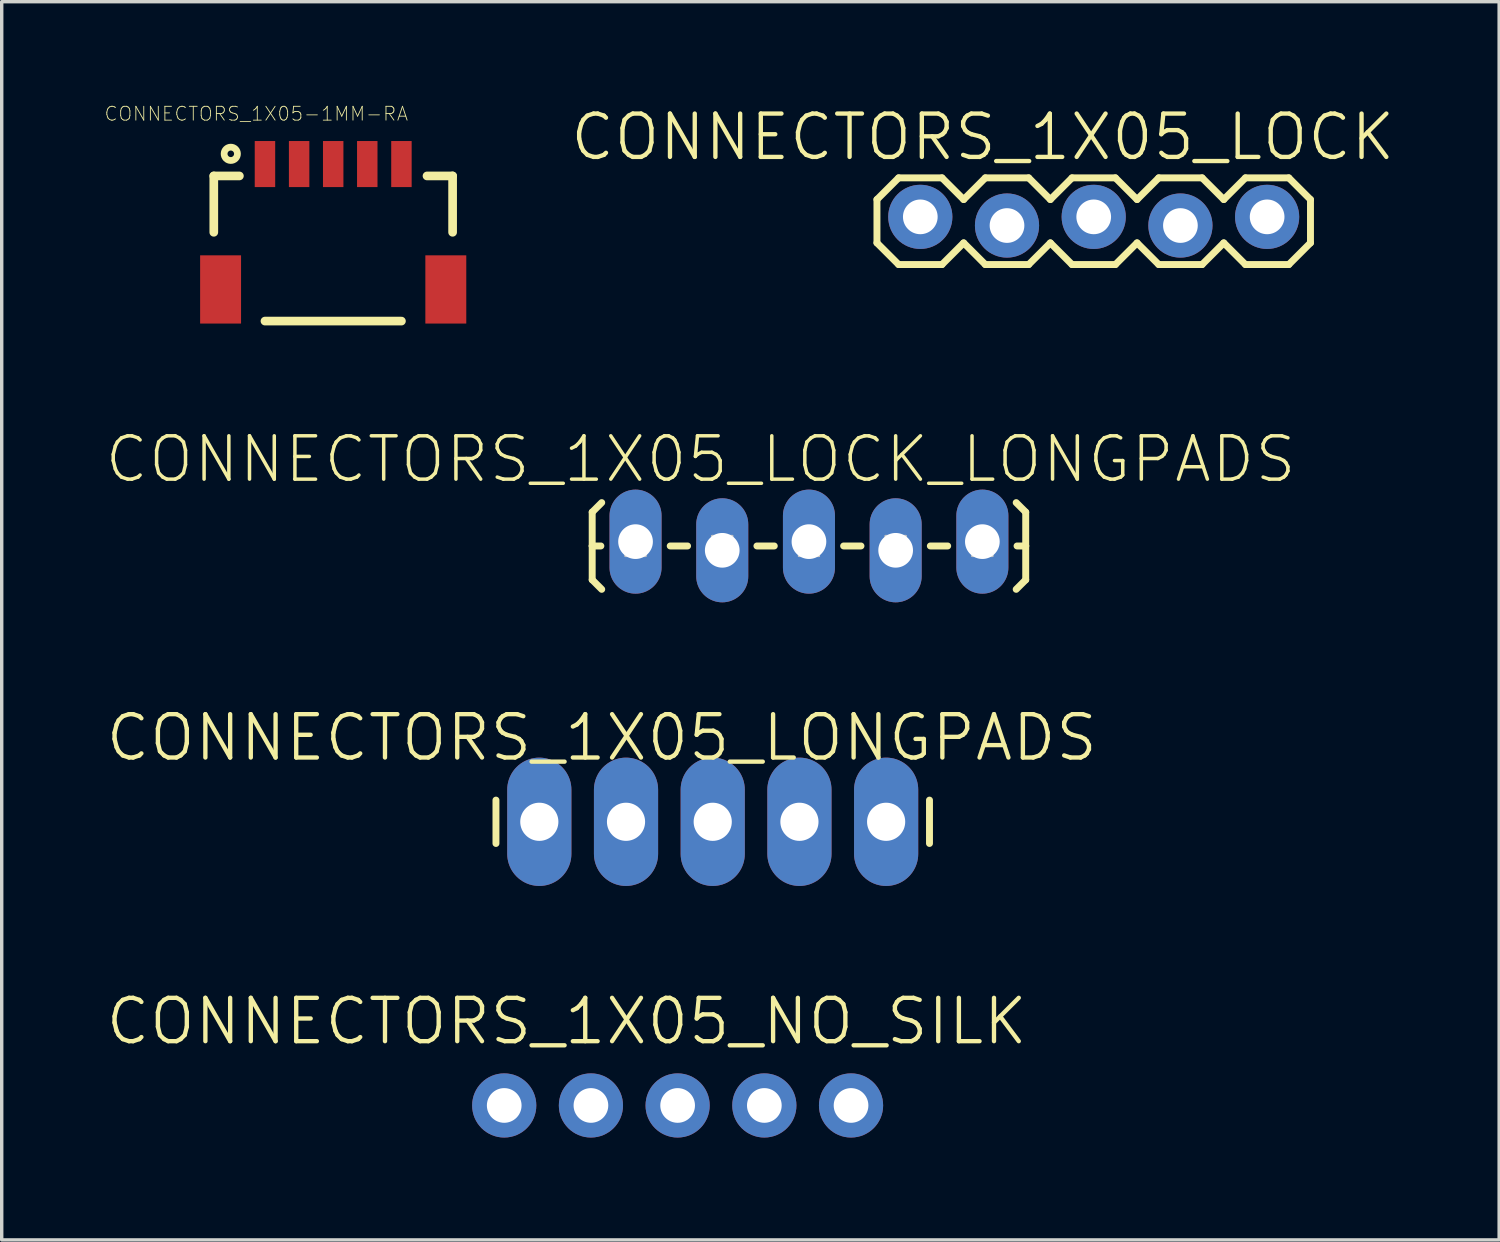
<source format=kicad_pcb>
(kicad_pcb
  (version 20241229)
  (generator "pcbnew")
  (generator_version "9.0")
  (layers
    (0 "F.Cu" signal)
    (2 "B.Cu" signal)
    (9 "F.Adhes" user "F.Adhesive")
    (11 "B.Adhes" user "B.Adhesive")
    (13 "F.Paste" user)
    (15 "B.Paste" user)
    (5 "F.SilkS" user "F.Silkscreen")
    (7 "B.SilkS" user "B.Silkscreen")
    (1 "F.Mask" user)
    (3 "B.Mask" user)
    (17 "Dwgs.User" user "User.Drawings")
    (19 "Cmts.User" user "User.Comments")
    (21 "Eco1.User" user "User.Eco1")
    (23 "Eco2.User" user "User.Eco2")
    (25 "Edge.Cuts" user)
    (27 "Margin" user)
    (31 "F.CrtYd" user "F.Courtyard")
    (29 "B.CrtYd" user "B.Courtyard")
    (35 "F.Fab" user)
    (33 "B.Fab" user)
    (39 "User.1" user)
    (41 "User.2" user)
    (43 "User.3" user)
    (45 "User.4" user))
  (footprint "CONNECTORS_1X05_NO_SILK"
    (layer "F.Cu")
    (at 11.721 29.334)
    (property "Reference" "CONNECTORS_1X05_NO_SILK" (at 1.829 -2.464 0) (layer "F.SilkS") (effects (font (size 1.27 1.27) (thickness 0.127))))
    (attr exclude_from_pos_files exclude_from_bom)
    (fp_line (start -0.254 -0.254) (end 0.254 -0.254) (stroke (width 0.066) (type solid)) (layer "Dwgs.User"))
    (fp_line (start -0.254 0.254) (end -0.254 -0.254) (stroke (width 0.066) (type solid)) (layer "Dwgs.User"))
    (fp_line (start -0.254 0.254) (end 0.254 0.254) (stroke (width 0.066) (type solid)) (layer "Dwgs.User"))
    (fp_line (start 0.254 0.254) (end 0.254 -0.254) (stroke (width 0.066) (type solid)) (layer "Dwgs.User"))
    (fp_line (start 2.286 -0.254) (end 2.794 -0.254) (stroke (width 0.066) (type solid)) (layer "Dwgs.User"))
    (fp_line (start 2.286 0.254) (end 2.286 -0.254) (stroke (width 0.066) (type solid)) (layer "Dwgs.User"))
    (fp_line (start 2.286 0.254) (end 2.794 0.254) (stroke (width 0.066) (type solid)) (layer "Dwgs.User"))
    (fp_line (start 2.794 0.254) (end 2.794 -0.254) (stroke (width 0.066) (type solid)) (layer "Dwgs.User"))
    (fp_line (start 4.826 -0.254) (end 5.334 -0.254) (stroke (width 0.066) (type solid)) (layer "Dwgs.User"))
    (fp_line (start 4.826 0.254) (end 4.826 -0.254) (stroke (width 0.066) (type solid)) (layer "Dwgs.User"))
    (fp_line (start 4.826 0.254) (end 5.334 0.254) (stroke (width 0.066) (type solid)) (layer "Dwgs.User"))
    (fp_line (start 5.334 0.254) (end 5.334 -0.254) (stroke (width 0.066) (type solid)) (layer "Dwgs.User"))
    (fp_line (start 7.366 -0.254) (end 7.874 -0.254) (stroke (width 0.066) (type solid)) (layer "Dwgs.User"))
    (fp_line (start 7.366 0.254) (end 7.366 -0.254) (stroke (width 0.066) (type solid)) (layer "Dwgs.User"))
    (fp_line (start 7.366 0.254) (end 7.874 0.254) (stroke (width 0.066) (type solid)) (layer "Dwgs.User"))
    (fp_line (start 7.874 0.254) (end 7.874 -0.254) (stroke (width 0.066) (type solid)) (layer "Dwgs.User"))
    (fp_line (start 9.906 -0.254) (end 10.414 -0.254) (stroke (width 0.066) (type solid)) (layer "Dwgs.User"))
    (fp_line (start 9.906 0.254) (end 9.906 -0.254) (stroke (width 0.066) (type solid)) (layer "Dwgs.User"))
    (fp_line (start 9.906 0.254) (end 10.414 0.254) (stroke (width 0.066) (type solid)) (layer "Dwgs.User"))
    (fp_line (start 10.414 0.254) (end 10.414 -0.254) (stroke (width 0.066) (type solid)) (layer "Dwgs.User"))
    (pad "1" thru_hole circle (at 0 0) (size 1.88 1.88) (drill 1.016) (layers "*.Cu" "*.Paste" "*.Mask"))
    (pad "2" thru_hole circle (at 2.54 0) (size 1.88 1.88) (drill 1.016) (layers "*.Cu" "*.Paste" "*.Mask"))
    (pad "3" thru_hole circle (at 5.08 0) (size 1.88 1.88) (drill 1.016) (layers "*.Cu" "*.Paste" "*.Mask"))
    (pad "4" thru_hole circle (at 7.62 0) (size 1.88 1.88) (drill 1.016) (layers "*.Cu" "*.Paste" "*.Mask"))
    (pad "5" thru_hole circle (at 10.16 0) (size 1.88 1.88) (drill 1.016) (layers "*.Cu" "*.Paste" "*.Mask")))
  (footprint "CONNECTORS_1X05_LOCK"
    (layer "F.Cu")
    (at 23.91 3.43)
    (property "Reference" "CONNECTORS_1X05_LOCK" (at 1.829 -2.464 0) (layer "F.SilkS") (effects (font (size 1.27 1.27) (thickness 0.127))))
    (attr exclude_from_pos_files exclude_from_bom)
    (fp_line (start -1.27 -0.635) (end -1.27 0.635) (stroke (width 0.203) (type solid)) (layer "F.SilkS"))
    (fp_line (start -1.27 0.635) (end -0.635 1.27) (stroke (width 0.203) (type solid)) (layer "F.SilkS"))
    (fp_line (start -0.635 -1.27) (end -1.27 -0.635) (stroke (width 0.203) (type solid)) (layer "F.SilkS"))
    (fp_line (start -0.635 -1.27) (end 0.635 -1.27) (stroke (width 0.203) (type solid)) (layer "F.SilkS"))
    (fp_line (start 0.635 -1.27) (end 1.27 -0.635) (stroke (width 0.203) (type solid)) (layer "F.SilkS"))
    (fp_line (start 0.635 1.27) (end -0.635 1.27) (stroke (width 0.203) (type solid)) (layer "F.SilkS"))
    (fp_line (start 1.27 -0.635) (end 1.905 -1.27) (stroke (width 0.203) (type solid)) (layer "F.SilkS"))
    (fp_line (start 1.27 0.635) (end 0.635 1.27) (stroke (width 0.203) (type solid)) (layer "F.SilkS"))
    (fp_line (start 1.905 -1.27) (end 3.175 -1.27) (stroke (width 0.203) (type solid)) (layer "F.SilkS"))
    (fp_line (start 1.905 1.27) (end 1.27 0.635) (stroke (width 0.203) (type solid)) (layer "F.SilkS"))
    (fp_line (start 3.175 -1.27) (end 3.81 -0.635) (stroke (width 0.203) (type solid)) (layer "F.SilkS"))
    (fp_line (start 3.175 1.27) (end 1.905 1.27) (stroke (width 0.203) (type solid)) (layer "F.SilkS"))
    (fp_line (start 3.81 -0.635) (end 4.445 -1.27) (stroke (width 0.203) (type solid)) (layer "F.SilkS"))
    (fp_line (start 3.81 0.635) (end 3.175 1.27) (stroke (width 0.203) (type solid)) (layer "F.SilkS"))
    (fp_line (start 4.445 -1.27) (end 5.715 -1.27) (stroke (width 0.203) (type solid)) (layer "F.SilkS"))
    (fp_line (start 4.445 1.27) (end 3.81 0.635) (stroke (width 0.203) (type solid)) (layer "F.SilkS"))
    (fp_line (start 5.715 -1.27) (end 6.35 -0.635) (stroke (width 0.203) (type solid)) (layer "F.SilkS"))
    (fp_line (start 5.715 1.27) (end 4.445 1.27) (stroke (width 0.203) (type solid)) (layer "F.SilkS"))
    (fp_line (start 6.35 0.635) (end 5.715 1.27) (stroke (width 0.203) (type solid)) (layer "F.SilkS"))
    (fp_line (start 6.35 0.635) (end 6.985 1.27) (stroke (width 0.203) (type solid)) (layer "F.SilkS"))
    (fp_line (start 6.985 -1.27) (end 6.35 -0.635) (stroke (width 0.203) (type solid)) (layer "F.SilkS"))
    (fp_line (start 6.985 -1.27) (end 8.255 -1.27) (stroke (width 0.203) (type solid)) (layer "F.SilkS"))
    (fp_line (start 8.255 -1.27) (end 8.89 -0.635) (stroke (width 0.203) (type solid)) (layer "F.SilkS"))
    (fp_line (start 8.255 1.27) (end 6.985 1.27) (stroke (width 0.203) (type solid)) (layer "F.SilkS"))
    (fp_line (start 8.89 -0.635) (end 9.525 -1.27) (stroke (width 0.203) (type solid)) (layer "F.SilkS"))
    (fp_line (start 8.89 0.635) (end 8.255 1.27) (stroke (width 0.203) (type solid)) (layer "F.SilkS"))
    (fp_line (start 9.525 -1.27) (end 10.795 -1.27) (stroke (width 0.203) (type solid)) (layer "F.SilkS"))
    (fp_line (start 9.525 1.27) (end 8.89 0.635) (stroke (width 0.203) (type solid)) (layer "F.SilkS"))
    (fp_line (start 10.795 -1.27) (end 11.43 -0.635) (stroke (width 0.203) (type solid)) (layer "F.SilkS"))
    (fp_line (start 10.795 1.27) (end 9.525 1.27) (stroke (width 0.203) (type solid)) (layer "F.SilkS"))
    (fp_line (start 11.43 -0.635) (end 11.43 0.635) (stroke (width 0.203) (type solid)) (layer "F.SilkS"))
    (fp_line (start 11.43 0.635) (end 10.795 1.27) (stroke (width 0.203) (type solid)) (layer "F.SilkS"))
    (fp_line (start -0.254 -0.254) (end 0.254 -0.254) (stroke (width 0.066) (type solid)) (layer "Dwgs.User"))
    (fp_line (start -0.254 0.254) (end -0.254 -0.254) (stroke (width 0.066) (type solid)) (layer "Dwgs.User"))
    (fp_line (start -0.254 0.254) (end 0.254 0.254) (stroke (width 0.066) (type solid)) (layer "Dwgs.User"))
    (fp_line (start 0.254 0.254) (end 0.254 -0.254) (stroke (width 0.066) (type solid)) (layer "Dwgs.User"))
    (fp_line (start 2.286 -0.254) (end 2.794 -0.254) (stroke (width 0.066) (type solid)) (layer "Dwgs.User"))
    (fp_line (start 2.286 0.254) (end 2.286 -0.254) (stroke (width 0.066) (type solid)) (layer "Dwgs.User"))
    (fp_line (start 2.286 0.254) (end 2.794 0.254) (stroke (width 0.066) (type solid)) (layer "Dwgs.User"))
    (fp_line (start 2.794 0.254) (end 2.794 -0.254) (stroke (width 0.066) (type solid)) (layer "Dwgs.User"))
    (fp_line (start 4.826 -0.254) (end 5.334 -0.254) (stroke (width 0.066) (type solid)) (layer "Dwgs.User"))
    (fp_line (start 4.826 0.254) (end 4.826 -0.254) (stroke (width 0.066) (type solid)) (layer "Dwgs.User"))
    (fp_line (start 4.826 0.254) (end 5.334 0.254) (stroke (width 0.066) (type solid)) (layer "Dwgs.User"))
    (fp_line (start 5.334 0.254) (end 5.334 -0.254) (stroke (width 0.066) (type solid)) (layer "Dwgs.User"))
    (fp_line (start 7.366 -0.254) (end 7.874 -0.254) (stroke (width 0.066) (type solid)) (layer "Dwgs.User"))
    (fp_line (start 7.366 0.254) (end 7.366 -0.254) (stroke (width 0.066) (type solid)) (layer "Dwgs.User"))
    (fp_line (start 7.366 0.254) (end 7.874 0.254) (stroke (width 0.066) (type solid)) (layer "Dwgs.User"))
    (fp_line (start 7.874 0.254) (end 7.874 -0.254) (stroke (width 0.066) (type solid)) (layer "Dwgs.User"))
    (fp_line (start 9.906 -0.254) (end 10.414 -0.254) (stroke (width 0.066) (type solid)) (layer "Dwgs.User"))
    (fp_line (start 9.906 0.254) (end 9.906 -0.254) (stroke (width 0.066) (type solid)) (layer "Dwgs.User"))
    (fp_line (start 9.906 0.254) (end 10.414 0.254) (stroke (width 0.066) (type solid)) (layer "Dwgs.User"))
    (fp_line (start 10.414 0.254) (end 10.414 -0.254) (stroke (width 0.066) (type solid)) (layer "Dwgs.User"))
    (pad "1" thru_hole circle (at 0 -0.127) (size 1.88 1.88) (drill 1.016) (layers "*.Cu" "*.Paste" "*.Mask"))
    (pad "2" thru_hole circle (at 2.54 0.127) (size 1.88 1.88) (drill 1.016) (layers "*.Cu" "*.Paste" "*.Mask"))
    (pad "3" thru_hole circle (at 5.08 -0.127) (size 1.88 1.88) (drill 1.016) (layers "*.Cu" "*.Paste" "*.Mask"))
    (pad "4" thru_hole circle (at 7.62 0.127) (size 1.88 1.88) (drill 1.016) (layers "*.Cu" "*.Paste" "*.Mask"))
    (pad "5" thru_hole circle (at 10.16 -0.127) (size 1.88 1.88) (drill 1.016) (layers "*.Cu" "*.Paste" "*.Mask")))
  (footprint "CONNECTORS_1X05_LOCK_LONGPADS"
    (layer "F.Cu")
    (at 15.568 12.817)
    (property "Reference" "CONNECTORS_1X05_LOCK_LONGPADS" (at 1.905 -2.413 0) (layer "F.SilkS") (effects (font (size 1.27 1.27) (thickness 0.102))))
    (attr exclude_from_pos_files exclude_from_bom)
    (fp_line (start -1.27 -0.864) (end -0.991 -1.143) (stroke (width 0.203) (type solid)) (layer "F.SilkS"))
    (fp_line (start -1.27 0.127) (end -1.27 -0.864) (stroke (width 0.203) (type solid)) (layer "F.SilkS"))
    (fp_line (start -1.27 0.127) (end -1.27 1.118) (stroke (width 0.203) (type solid)) (layer "F.SilkS"))
    (fp_line (start -1.27 0.127) (end -1.016 0.127) (stroke (width 0.203) (type solid)) (layer "F.SilkS"))
    (fp_line (start -1.27 1.118) (end -0.991 1.397) (stroke (width 0.203) (type solid)) (layer "F.SilkS"))
    (fp_line (start 1.524 0.127) (end 1.016 0.127) (stroke (width 0.203) (type solid)) (layer "F.SilkS"))
    (fp_line (start 4.064 0.127) (end 3.556 0.127) (stroke (width 0.203) (type solid)) (layer "F.SilkS"))
    (fp_line (start 6.604 0.127) (end 6.096 0.127) (stroke (width 0.203) (type solid)) (layer "F.SilkS"))
    (fp_line (start 9.144 0.127) (end 8.636 0.127) (stroke (width 0.203) (type solid)) (layer "F.SilkS"))
    (fp_line (start 11.43 -0.864) (end 11.151 -1.143) (stroke (width 0.203) (type solid)) (layer "F.SilkS"))
    (fp_line (start 11.43 0.127) (end 11.176 0.127) (stroke (width 0.203) (type solid)) (layer "F.SilkS"))
    (fp_line (start 11.43 0.127) (end 11.43 -0.864) (stroke (width 0.203) (type solid)) (layer "F.SilkS"))
    (fp_line (start 11.43 0.127) (end 11.43 1.118) (stroke (width 0.203) (type solid)) (layer "F.SilkS"))
    (fp_line (start 11.43 1.118) (end 11.151 1.397) (stroke (width 0.203) (type solid)) (layer "F.SilkS"))
    (fp_line (start -0.292 -0.165) (end 0.292 -0.165) (stroke (width 0.066) (type solid)) (layer "Dwgs.User"))
    (fp_line (start -0.292 0.419) (end -0.292 -0.165) (stroke (width 0.066) (type solid)) (layer "Dwgs.User"))
    (fp_line (start -0.292 0.419) (end 0.292 0.419) (stroke (width 0.066) (type solid)) (layer "Dwgs.User"))
    (fp_line (start 0.292 0.419) (end 0.292 -0.165) (stroke (width 0.066) (type solid)) (layer "Dwgs.User"))
    (fp_line (start 2.248 -0.165) (end 2.832 -0.165) (stroke (width 0.066) (type solid)) (layer "Dwgs.User"))
    (fp_line (start 2.248 0.419) (end 2.248 -0.165) (stroke (width 0.066) (type solid)) (layer "Dwgs.User"))
    (fp_line (start 2.248 0.419) (end 2.832 0.419) (stroke (width 0.066) (type solid)) (layer "Dwgs.User"))
    (fp_line (start 2.832 0.419) (end 2.832 -0.165) (stroke (width 0.066) (type solid)) (layer "Dwgs.User"))
    (fp_line (start 4.788 -0.165) (end 5.372 -0.165) (stroke (width 0.066) (type solid)) (layer "Dwgs.User"))
    (fp_line (start 4.788 0.419) (end 4.788 -0.165) (stroke (width 0.066) (type solid)) (layer "Dwgs.User"))
    (fp_line (start 4.788 0.419) (end 5.372 0.419) (stroke (width 0.066) (type solid)) (layer "Dwgs.User"))
    (fp_line (start 5.372 0.419) (end 5.372 -0.165) (stroke (width 0.066) (type solid)) (layer "Dwgs.User"))
    (fp_line (start 7.328 -0.165) (end 7.912 -0.165) (stroke (width 0.066) (type solid)) (layer "Dwgs.User"))
    (fp_line (start 7.328 0.419) (end 7.328 -0.165) (stroke (width 0.066) (type solid)) (layer "Dwgs.User"))
    (fp_line (start 7.328 0.419) (end 7.912 0.419) (stroke (width 0.066) (type solid)) (layer "Dwgs.User"))
    (fp_line (start 7.912 0.419) (end 7.912 -0.165) (stroke (width 0.066) (type solid)) (layer "Dwgs.User"))
    (fp_line (start 9.868 -0.165) (end 10.452 -0.165) (stroke (width 0.066) (type solid)) (layer "Dwgs.User"))
    (fp_line (start 9.868 0.419) (end 9.868 -0.165) (stroke (width 0.066) (type solid)) (layer "Dwgs.User"))
    (fp_line (start 9.868 0.419) (end 10.452 0.419) (stroke (width 0.066) (type solid)) (layer "Dwgs.User"))
    (fp_line (start 10.452 0.419) (end 10.452 -0.165) (stroke (width 0.066) (type solid)) (layer "Dwgs.User"))
    (pad "1" thru_hole oval (at 0 0 180) (size 1.524 3.048) (drill 1.016) (layers "*.Cu" "*.Paste" "*.Mask"))
    (pad "2" thru_hole oval (at 2.54 0.254 180) (size 1.524 3.048) (drill 1.016) (layers "*.Cu" "*.Paste" "*.Mask"))
    (pad "3" thru_hole oval (at 5.08 0 180) (size 1.524 3.048) (drill 1.016) (layers "*.Cu" "*.Paste" "*.Mask"))
    (pad "4" thru_hole oval (at 7.62 0.254 180) (size 1.524 3.048) (drill 1.016) (layers "*.Cu" "*.Paste" "*.Mask"))
    (pad "5" thru_hole oval (at 10.16 0 180) (size 1.524 3.048) (drill 1.016) (layers "*.Cu" "*.Paste" "*.Mask")))
  (footprint "CONNECTORS_1X05_LONGPADS"
    (layer "F.Cu")
    (at 12.749 21.024)
    (property "Reference" "CONNECTORS_1X05_LONGPADS" (at 1.829 -2.464 0) (layer "F.SilkS") (effects (font (size 1.27 1.27) (thickness 0.127))))
    (attr exclude_from_pos_files exclude_from_bom)
    (fp_line (start -1.27 -0.635) (end -1.27 0.635) (stroke (width 0.203) (type solid)) (layer "F.SilkS"))
    (fp_line (start 11.43 -0.635) (end 11.43 0.635) (stroke (width 0.203) (type solid)) (layer "F.SilkS"))
    (fp_line (start -0.254 -0.254) (end 0.254 -0.254) (stroke (width 0.066) (type solid)) (layer "Dwgs.User"))
    (fp_line (start -0.254 0.254) (end -0.254 -0.254) (stroke (width 0.066) (type solid)) (layer "Dwgs.User"))
    (fp_line (start -0.254 0.254) (end 0.254 0.254) (stroke (width 0.066) (type solid)) (layer "Dwgs.User"))
    (fp_line (start 0.254 0.254) (end 0.254 -0.254) (stroke (width 0.066) (type solid)) (layer "Dwgs.User"))
    (fp_line (start 2.286 -0.254) (end 2.794 -0.254) (stroke (width 0.066) (type solid)) (layer "Dwgs.User"))
    (fp_line (start 2.286 0.254) (end 2.286 -0.254) (stroke (width 0.066) (type solid)) (layer "Dwgs.User"))
    (fp_line (start 2.286 0.254) (end 2.794 0.254) (stroke (width 0.066) (type solid)) (layer "Dwgs.User"))
    (fp_line (start 2.794 0.254) (end 2.794 -0.254) (stroke (width 0.066) (type solid)) (layer "Dwgs.User"))
    (fp_line (start 4.826 -0.254) (end 5.334 -0.254) (stroke (width 0.066) (type solid)) (layer "Dwgs.User"))
    (fp_line (start 4.826 0.254) (end 4.826 -0.254) (stroke (width 0.066) (type solid)) (layer "Dwgs.User"))
    (fp_line (start 4.826 0.254) (end 5.334 0.254) (stroke (width 0.066) (type solid)) (layer "Dwgs.User"))
    (fp_line (start 5.334 0.254) (end 5.334 -0.254) (stroke (width 0.066) (type solid)) (layer "Dwgs.User"))
    (fp_line (start 7.366 -0.254) (end 7.874 -0.254) (stroke (width 0.066) (type solid)) (layer "Dwgs.User"))
    (fp_line (start 7.366 0.254) (end 7.366 -0.254) (stroke (width 0.066) (type solid)) (layer "Dwgs.User"))
    (fp_line (start 7.366 0.254) (end 7.874 0.254) (stroke (width 0.066) (type solid)) (layer "Dwgs.User"))
    (fp_line (start 7.874 0.254) (end 7.874 -0.254) (stroke (width 0.066) (type solid)) (layer "Dwgs.User"))
    (fp_line (start 9.906 -0.254) (end 10.414 -0.254) (stroke (width 0.066) (type solid)) (layer "Dwgs.User"))
    (fp_line (start 9.906 0.254) (end 9.906 -0.254) (stroke (width 0.066) (type solid)) (layer "Dwgs.User"))
    (fp_line (start 9.906 0.254) (end 10.414 0.254) (stroke (width 0.066) (type solid)) (layer "Dwgs.User"))
    (fp_line (start 10.414 0.254) (end 10.414 -0.254) (stroke (width 0.066) (type solid)) (layer "Dwgs.User"))
    (pad "1" thru_hole oval (at 0 0 180) (size 1.88 3.759) (drill 1.118) (layers "*.Cu" "*.Paste" "*.Mask"))
    (pad "2" thru_hole oval (at 2.54 0 180) (size 1.88 3.759) (drill 1.118) (layers "*.Cu" "*.Paste" "*.Mask"))
    (pad "3" thru_hole oval (at 5.08 0 180) (size 1.88 3.759) (drill 1.118) (layers "*.Cu" "*.Paste" "*.Mask"))
    (pad "4" thru_hole oval (at 7.62 0 180) (size 1.88 3.759) (drill 1.118) (layers "*.Cu" "*.Paste" "*.Mask"))
    (pad "5" thru_hole oval (at 10.16 0 180) (size 1.88 3.759) (drill 1.118) (layers "*.Cu" "*.Paste" "*.Mask")))
  (footprint "CONNECTORS_1X05-1MM-RA"
    (layer "F.Cu")
    (at 6.711 1.756)
    (property "Reference" "CONNECTORS_1X05-1MM-RA" (at -2.253 -1.473 0) (layer "F.SilkS") (effects (font (size 0.406 0.406) (thickness 0.025))))
    (attr smd)
    (fp_line (start -3.498 0.348) (end -2.748 0.348) (stroke (width 0.254) (type solid)) (layer "F.SilkS"))
    (fp_line (start -3.498 1.999) (end -3.498 0.348) (stroke (width 0.254) (type solid)) (layer "F.SilkS"))
    (fp_line (start -1.999 4.6) (end 1.999 4.6) (stroke (width 0.254) (type solid)) (layer "F.SilkS"))
    (fp_line (start 2.748 0.348) (end 3.498 0.348) (stroke (width 0.254) (type solid)) (layer "F.SilkS"))
    (fp_line (start 3.498 0.348) (end 3.498 1.999) (stroke (width 0.254) (type solid)) (layer "F.SilkS"))
    (fp_circle (center -3 -0.3) (end -3.068 -0.368) (stroke (width 0.198) (type solid)) (fill no) (layer "F.SilkS"))
    (pad "1" smd rect (at -1.999 0) (size 0.599 1.349) (layers "F.Cu" "F.Mask" "F.Paste"))
    (pad "2" smd rect (at -0.998 0) (size 0.599 1.349) (layers "F.Cu" "F.Mask" "F.Paste"))
    (pad "3" smd rect (at 0 0) (size 0.599 1.349) (layers "F.Cu" "F.Mask" "F.Paste"))
    (pad "4" smd rect (at 0.998 0) (size 0.599 1.349) (layers "F.Cu" "F.Mask" "F.Paste"))
    (pad "5" smd rect (at 1.999 0) (size 0.599 1.349) (layers "F.Cu" "F.Mask" "F.Paste"))
    (pad "NC1" smd rect (at 3.299 3.673) (size 1.199 1.999) (layers "F.Cu" "F.Mask" "F.Paste"))
    (pad "NC2" smd rect (at -3.299 3.673) (size 1.199 1.999) (layers "F.Cu" "F.Mask" "F.Paste")))
  (gr_rect
    (start -3 -3)
    (end 40.867 33.273)
    (stroke (width 0.1) (type default))
    (fill no)
    (layer "Edge.Cuts")))
</source>
